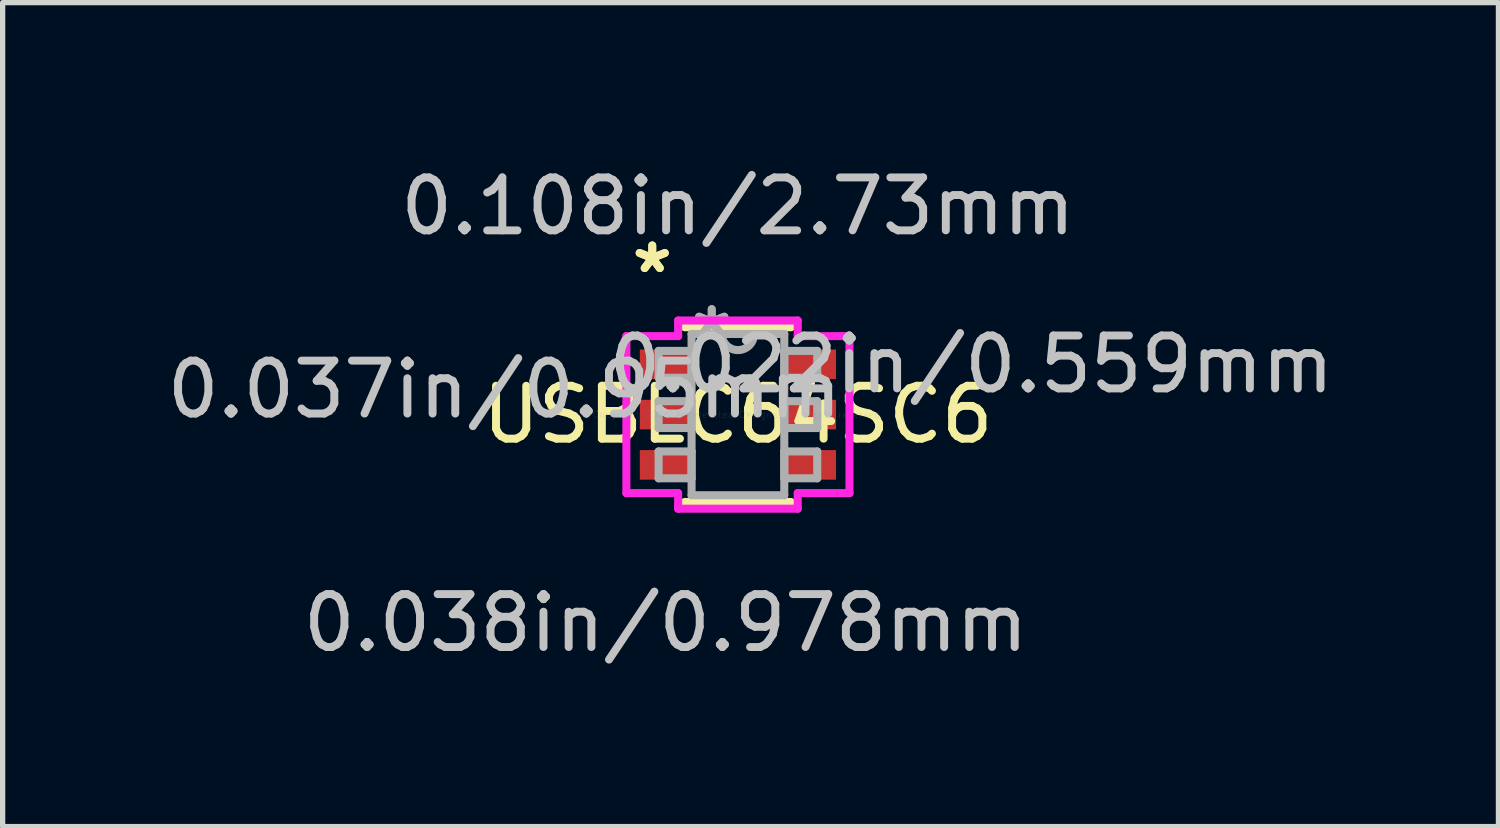
<source format=kicad_pcb>
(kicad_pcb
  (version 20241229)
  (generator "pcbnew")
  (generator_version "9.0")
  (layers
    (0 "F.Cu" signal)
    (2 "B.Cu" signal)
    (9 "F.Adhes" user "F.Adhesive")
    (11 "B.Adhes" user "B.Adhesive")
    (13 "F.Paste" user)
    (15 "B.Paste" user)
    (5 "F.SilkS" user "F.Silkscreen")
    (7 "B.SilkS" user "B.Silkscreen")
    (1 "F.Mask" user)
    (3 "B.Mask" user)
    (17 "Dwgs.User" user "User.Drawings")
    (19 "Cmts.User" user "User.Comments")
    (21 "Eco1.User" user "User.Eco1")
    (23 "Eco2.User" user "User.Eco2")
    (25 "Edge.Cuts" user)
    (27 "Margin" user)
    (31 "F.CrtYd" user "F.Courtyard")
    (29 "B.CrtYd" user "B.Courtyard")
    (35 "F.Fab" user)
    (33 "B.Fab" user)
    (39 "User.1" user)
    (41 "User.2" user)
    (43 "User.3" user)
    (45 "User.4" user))
  (footprint "USBLC64SC6"
    (layer "F.Cu")
    (at 10.895 4.785)
    (property "Reference" "USBLC64SC6" (at 0 0 0) (layer "F.SilkS") (effects (font (size 1 1) (thickness 0.15))))
    (attr through_hole)
    (fp_line (start -1.003 1.651) (end 1.003 1.651) (stroke (width 0.152) (type solid)) (layer "F.SilkS"))
    (fp_line (start 1.003 -1.651) (end -1.003 -1.651) (stroke (width 0.152) (type solid)) (layer "F.SilkS"))
    (fp_line (start -2.108 -1.483) (end -1.13 -1.483) (stroke (width 0.152) (type solid)) (layer "F.CrtYd"))
    (fp_line (start -2.108 1.483) (end -2.108 -1.483) (stroke (width 0.152) (type solid)) (layer "F.CrtYd"))
    (fp_line (start -1.13 -1.778) (end 1.13 -1.778) (stroke (width 0.152) (type solid)) (layer "F.CrtYd"))
    (fp_line (start -1.13 -1.483) (end -1.13 -1.778) (stroke (width 0.152) (type solid)) (layer "F.CrtYd"))
    (fp_line (start -1.13 1.483) (end -2.108 1.483) (stroke (width 0.152) (type solid)) (layer "F.CrtYd"))
    (fp_line (start -1.13 1.778) (end -1.13 1.483) (stroke (width 0.152) (type solid)) (layer "F.CrtYd"))
    (fp_line (start 1.13 -1.778) (end 1.13 -1.483) (stroke (width 0.152) (type solid)) (layer "F.CrtYd"))
    (fp_line (start 1.13 -1.483) (end 2.108 -1.483) (stroke (width 0.152) (type solid)) (layer "F.CrtYd"))
    (fp_line (start 1.13 1.483) (end 1.13 1.778) (stroke (width 0.152) (type solid)) (layer "F.CrtYd"))
    (fp_line (start 1.13 1.778) (end -1.13 1.778) (stroke (width 0.152) (type solid)) (layer "F.CrtYd"))
    (fp_line (start 2.108 -1.483) (end 2.108 1.483) (stroke (width 0.152) (type solid)) (layer "F.CrtYd"))
    (fp_line (start 2.108 1.483) (end 1.13 1.483) (stroke (width 0.152) (type solid)) (layer "F.CrtYd"))
    (fp_line (start -1.499 -1.204) (end -1.499 -0.696) (stroke (width 0.152) (type solid)) (layer "F.Fab"))
    (fp_line (start -1.499 -0.696) (end -0.876 -0.696) (stroke (width 0.152) (type solid)) (layer "F.Fab"))
    (fp_line (start -1.499 -0.254) (end -1.499 0.254) (stroke (width 0.152) (type solid)) (layer "F.Fab"))
    (fp_line (start -1.499 0.254) (end -0.876 0.254) (stroke (width 0.152) (type solid)) (layer "F.Fab"))
    (fp_line (start -1.499 0.696) (end -1.499 1.204) (stroke (width 0.152) (type solid)) (layer "F.Fab"))
    (fp_line (start -1.499 1.204) (end -0.876 1.204) (stroke (width 0.152) (type solid)) (layer "F.Fab"))
    (fp_line (start -0.876 -1.524) (end -0.876 1.524) (stroke (width 0.152) (type solid)) (layer "F.Fab"))
    (fp_line (start -0.876 -1.204) (end -1.499 -1.204) (stroke (width 0.152) (type solid)) (layer "F.Fab"))
    (fp_line (start -0.876 -0.696) (end -0.876 -1.204) (stroke (width 0.152) (type solid)) (layer "F.Fab"))
    (fp_line (start -0.876 -0.254) (end -1.499 -0.254) (stroke (width 0.152) (type solid)) (layer "F.Fab"))
    (fp_line (start -0.876 0.254) (end -0.876 -0.254) (stroke (width 0.152) (type solid)) (layer "F.Fab"))
    (fp_line (start -0.876 0.696) (end -1.499 0.696) (stroke (width 0.152) (type solid)) (layer "F.Fab"))
    (fp_line (start -0.876 1.204) (end -0.876 0.696) (stroke (width 0.152) (type solid)) (layer "F.Fab"))
    (fp_line (start -0.876 1.524) (end 0.876 1.524) (stroke (width 0.152) (type solid)) (layer "F.Fab"))
    (fp_line (start 0.876 -1.524) (end -0.876 -1.524) (stroke (width 0.152) (type solid)) (layer "F.Fab"))
    (fp_line (start 0.876 -1.204) (end 0.876 -0.696) (stroke (width 0.152) (type solid)) (layer "F.Fab"))
    (fp_line (start 0.876 -0.696) (end 1.499 -0.696) (stroke (width 0.152) (type solid)) (layer "F.Fab"))
    (fp_line (start 0.876 -0.254) (end 0.876 0.254) (stroke (width 0.152) (type solid)) (layer "F.Fab"))
    (fp_line (start 0.876 0.254) (end 1.499 0.254) (stroke (width 0.152) (type solid)) (layer "F.Fab"))
    (fp_line (start 0.876 0.696) (end 0.876 1.204) (stroke (width 0.152) (type solid)) (layer "F.Fab"))
    (fp_line (start 0.876 1.204) (end 1.499 1.204) (stroke (width 0.152) (type solid)) (layer "F.Fab"))
    (fp_line (start 0.876 1.524) (end 0.876 -1.524) (stroke (width 0.152) (type solid)) (layer "F.Fab"))
    (fp_line (start 1.499 -1.204) (end 0.876 -1.204) (stroke (width 0.152) (type solid)) (layer "F.Fab"))
    (fp_line (start 1.499 -0.696) (end 1.499 -1.204) (stroke (width 0.152) (type solid)) (layer "F.Fab"))
    (fp_line (start 1.499 -0.254) (end 0.876 -0.254) (stroke (width 0.152) (type solid)) (layer "F.Fab"))
    (fp_line (start 1.499 0.254) (end 1.499 -0.254) (stroke (width 0.152) (type solid)) (layer "F.Fab"))
    (fp_line (start 1.499 0.696) (end 0.876 0.696) (stroke (width 0.152) (type solid)) (layer "F.Fab"))
    (fp_line (start 1.499 1.204) (end 1.499 0.696) (stroke (width 0.152) (type solid)) (layer "F.Fab"))
    (fp_arc (start 0.3048 -1.524) (mid 0 -1.2192) (end -0.3048 -1.524) (stroke (width 0.1524) (type solid)) (layer "F.Fab"))
    (fp_text user "*" (at -1.619 -2.652 0) (layer "F.SilkS") (effects (font (size 1 1) (thickness 0.15))))
    (fp_text user "*" (at -1.619 -2.652 0) (layer "F.SilkS") (effects (font (size 1 1) (thickness 0.15))))
    (fp_text user "0.037in/0.95mm" (at -4.413 -0.475 0) (layer "Dwgs.User") (effects (font (size 1 1) (thickness 0.15))))
    (fp_text user "0.108in/2.73mm" (at 0 -3.937 0) (layer "Dwgs.User") (effects (font (size 1 1) (thickness 0.15))))
    (fp_text user "0.022in/0.559mm" (at 4.413 -0.95 0) (layer "Dwgs.User") (effects (font (size 1 1) (thickness 0.15))))
    (fp_text user "0.038in/0.978mm" (at -1.365 3.937 0) (layer "Dwgs.User") (effects (font (size 1 1) (thickness 0.15))))
    (fp_text user "Copyright 2016 Accelerated Designs. All rights reserved." (at 0 0 0) (layer "Cmts.User") (effects (font (size 0.127 0.127) (thickness 0.002))))
    (fp_text user "*" (at -0.495 -1.448 0) (layer "F.Fab") (effects (font (size 1 1) (thickness 0.15))))
    (fp_text user "*" (at -0.495 -1.448 0) (layer "F.Fab") (effects (font (size 1 1) (thickness 0.15))))
    (pad "1" smd rect (at -1.365 -0.95) (size 0.978 0.559) (layers "F.Cu" "F.Mask" "F.Paste"))
    (pad "2" smd rect (at -1.365 0) (size 0.978 0.559) (layers "F.Cu" "F.Mask" "F.Paste"))
    (pad "3" smd rect (at -1.365 0.95) (size 0.978 0.559) (layers "F.Cu" "F.Mask" "F.Paste"))
    (pad "4" smd rect (at 1.365 0.95) (size 0.978 0.559) (layers "F.Cu" "F.Mask" "F.Paste"))
    (pad "5" smd rect (at 1.365 0) (size 0.978 0.559) (layers "F.Cu" "F.Mask" "F.Paste"))
    (pad "6" smd rect (at 1.365 -0.95) (size 0.978 0.559) (layers "F.Cu" "F.Mask" "F.Paste")))
  (gr_rect
    (start -3 -3)
    (end 25.267 12.57)
    (stroke (width 0.1) (type default))
    (fill no)
    (layer "Edge.Cuts")))
</source>
